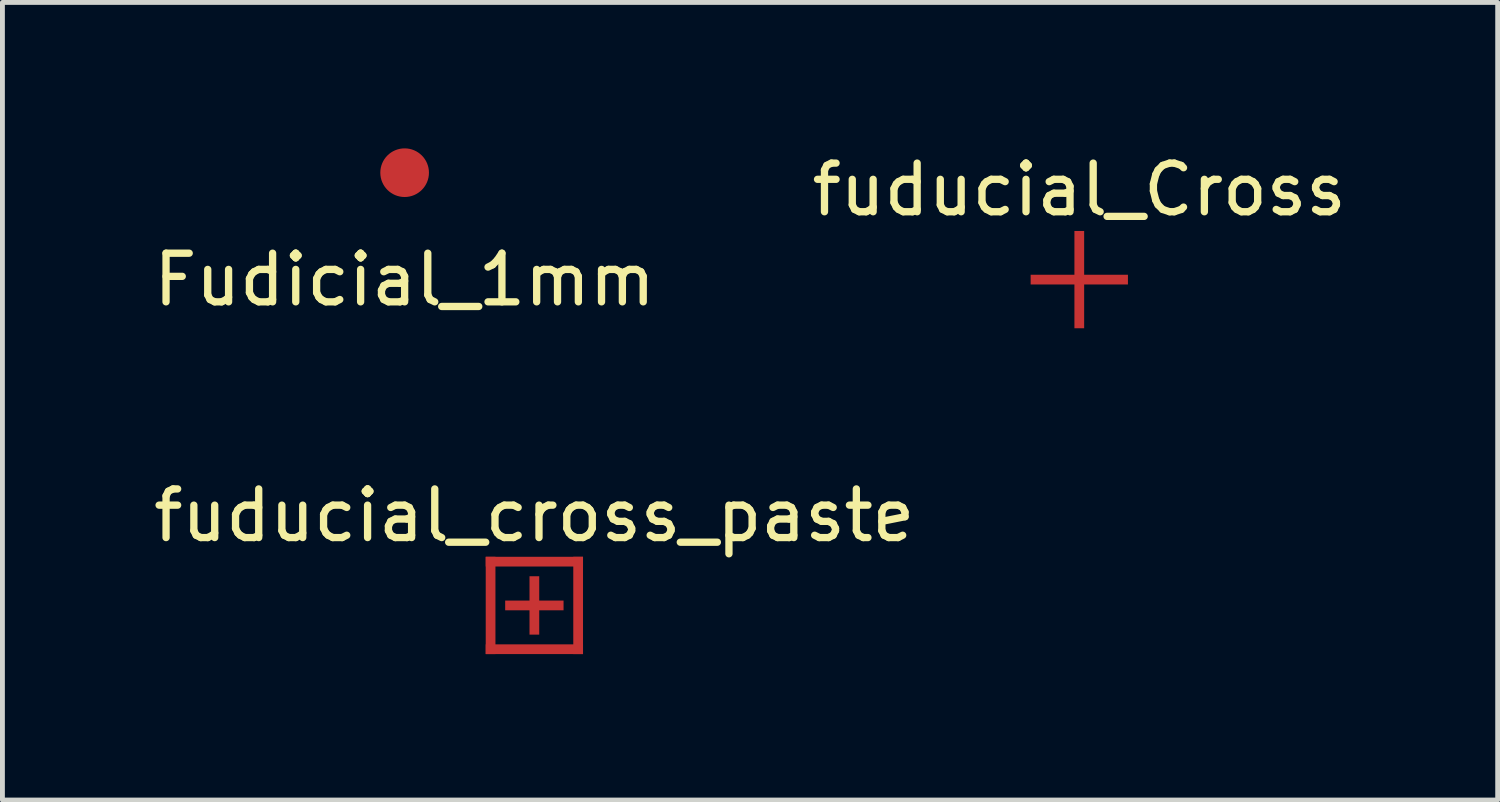
<source format=kicad_pcb>
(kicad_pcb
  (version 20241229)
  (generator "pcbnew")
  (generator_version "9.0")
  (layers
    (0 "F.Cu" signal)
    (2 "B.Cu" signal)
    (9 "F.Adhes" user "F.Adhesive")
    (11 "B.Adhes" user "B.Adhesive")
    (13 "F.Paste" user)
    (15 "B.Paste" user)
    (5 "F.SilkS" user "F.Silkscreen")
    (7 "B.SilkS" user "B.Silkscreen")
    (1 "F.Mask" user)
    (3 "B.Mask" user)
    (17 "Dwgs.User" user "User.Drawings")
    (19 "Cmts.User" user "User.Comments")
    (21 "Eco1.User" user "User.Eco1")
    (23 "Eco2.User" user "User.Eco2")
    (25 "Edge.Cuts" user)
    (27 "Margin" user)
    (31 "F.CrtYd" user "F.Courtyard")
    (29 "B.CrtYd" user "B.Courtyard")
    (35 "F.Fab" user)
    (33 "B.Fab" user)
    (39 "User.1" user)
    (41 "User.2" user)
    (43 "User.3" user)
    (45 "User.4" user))
  (footprint "fuducial_cross_paste"
    (layer "F.Cu")
    (at 7.935 9.396)
    (property "Reference" "fuducial_cross_paste" (at 0 -1.85 0) (layer "F.SilkS") (effects (font (size 1 1) (thickness 0.15))))
    (attr through_hole)
    (pad "" smd rect (at -0.9 0) (size 0.2 2) (layers "F.Cu" "F.Mask"))
    (pad "" smd rect (at 0 -0.9 90) (size 0.2 2) (layers "F.Cu" "F.Mask"))
    (pad "" smd rect (at 0 0) (size 0.2 1.2) (layers "F.Cu" "F.Mask" "F.Paste"))
    (pad "" smd rect (at 0 0 180) (size 1.2 0.2) (layers "F.Cu" "F.Mask" "F.Paste"))
    (pad "" smd rect (at 0 0) (size 2 2) (layers "F.Mask"))
    (pad "" smd rect (at 0 0.9 90) (size 0.2 2) (layers "F.Cu" "F.Mask"))
    (pad "" smd rect (at 0.9 0) (size 0.2 2) (layers "F.Cu" "F.Mask")))
  (footprint "Fudicial_1mm"
    (layer "F.Cu")
    (at 5.268 0.5)
    (property "Reference" "Fudicial_1mm" (at 0 2.2 0) (layer "F.SilkS") (effects (font (size 1 1) (thickness 0.15))))
    (attr through_hole)
    (pad "1" smd circle (at 0 0) (size 1 1) (layers "F.Cu" "F.Mask")))
  (footprint "fuducial_Cross"
    (layer "F.Cu")
    (at 19.137 2.698)
    (property "Reference" "fuducial_Cross" (at 0 -1.85 0) (layer "F.SilkS") (effects (font (size 1 1) (thickness 0.15))))
    (attr through_hole)
    (pad "" smd rect (at 0 0) (size 2 2) (layers "F.Mask"))
    (pad "1" smd rect (at 0 0) (size 0.2 2) (layers "F.Cu" "F.Mask"))
    (pad "1" smd rect (at 0 0) (size 2 0.2) (layers "F.Cu" "F.Mask")))
  (gr_rect
    (start -3 -3)
    (end 27.738 13.396)
    (stroke (width 0.1) (type default))
    (fill no)
    (layer "Edge.Cuts")))
</source>
